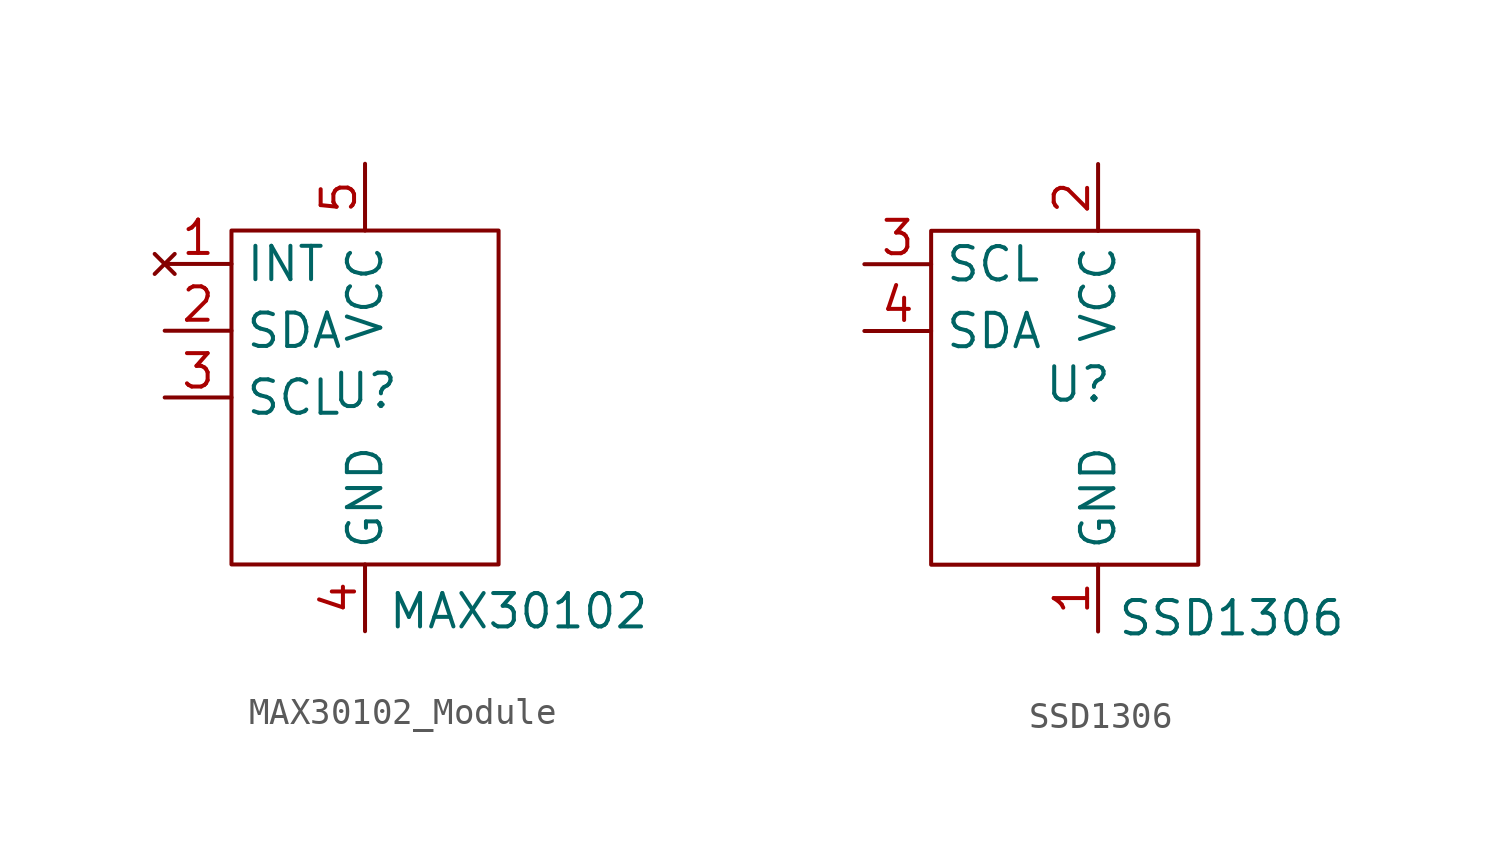
<source format=kicad_sym>
(kicad_symbol_lib
  (version 20231120)
  (generator "kicad_symbol_editor")
  (generator_version "8.0")
  (symbol "MAX30102_Module"
    (property "Reference" "U"
      (at 1.27 -2.286 0)
      (effects (font (size 1.27 1.27))))
    (property "Value" "MAX30102"
      (at 7.112 -10.668 0)
      (effects (font (size 1.27 1.27))))
    (symbol "MAX30102_Module_0_1"
      (rectangle (start -3.81 3.81) (end 6.35 -8.89) (stroke (width 0) (type default)) (fill (type none))))
    (symbol "MAX30102_Module_1_1"
      (pin no_connect line (at -6.35 2.54 0) (length 2.54) (name "INT" (effects (font (size 1.27 1.27)))) (number "1" (effects (font (size 1.27 1.27)))))
      (pin bidirectional line (at -6.35 0 0) (length 2.54) (name "SDA" (effects (font (size 1.27 1.27)))) (number "2" (effects (font (size 1.27 1.27)))))
      (pin input line (at -6.35 -2.54 0) (length 2.54) (name "SCL" (effects (font (size 1.27 1.27)))) (number "3" (effects (font (size 1.27 1.27)))))
      (pin power_in line (at 1.27 -11.43 90) (length 2.54) (name "GND" (effects (font (size 1.27 1.27)))) (number "4" (effects (font (size 1.27 1.27)))))
      (pin power_in line (at 1.27 6.35 270) (length 2.54) (name "VCC" (effects (font (size 1.27 1.27)))) (number "5" (effects (font (size 1.27 1.27)))))))
  (symbol "SSD1306"
    (property "Reference" "U"
      (at 1.778 -3.302 0)
      (effects (font (size 1.27 1.27))))
    (property "Value" "SSD1306"
      (at 7.62 -12.192 0)
      (effects (font (size 1.27 1.27))))
    (symbol "SSD1306_0_1"
      (rectangle (start -3.81 2.54) (end 6.35 -10.16) (stroke (width 0) (type default)) (fill (type none))))
    (symbol "SSD1306_1_1"
      (pin power_in line (at 2.54 -12.7 90) (length 2.54) (name "GND" (effects (font (size 1.27 1.27)))) (number "1" (effects (font (size 1.27 1.27)))))
      (pin power_in line (at 2.54 5.08 270) (length 2.54) (name "VCC" (effects (font (size 1.27 1.27)))) (number "2" (effects (font (size 1.27 1.27)))))
      (pin input line (at -6.35 1.27 0) (length 2.54) (name "SCL" (effects (font (size 1.27 1.27)))) (number "3" (effects (font (size 1.27 1.27)))))
      (pin bidirectional line (at -6.35 -1.27 0) (length 2.54) (name "SDA" (effects (font (size 1.27 1.27)))) (number "4" (effects (font (size 1.27 1.27))))))))
</source>
